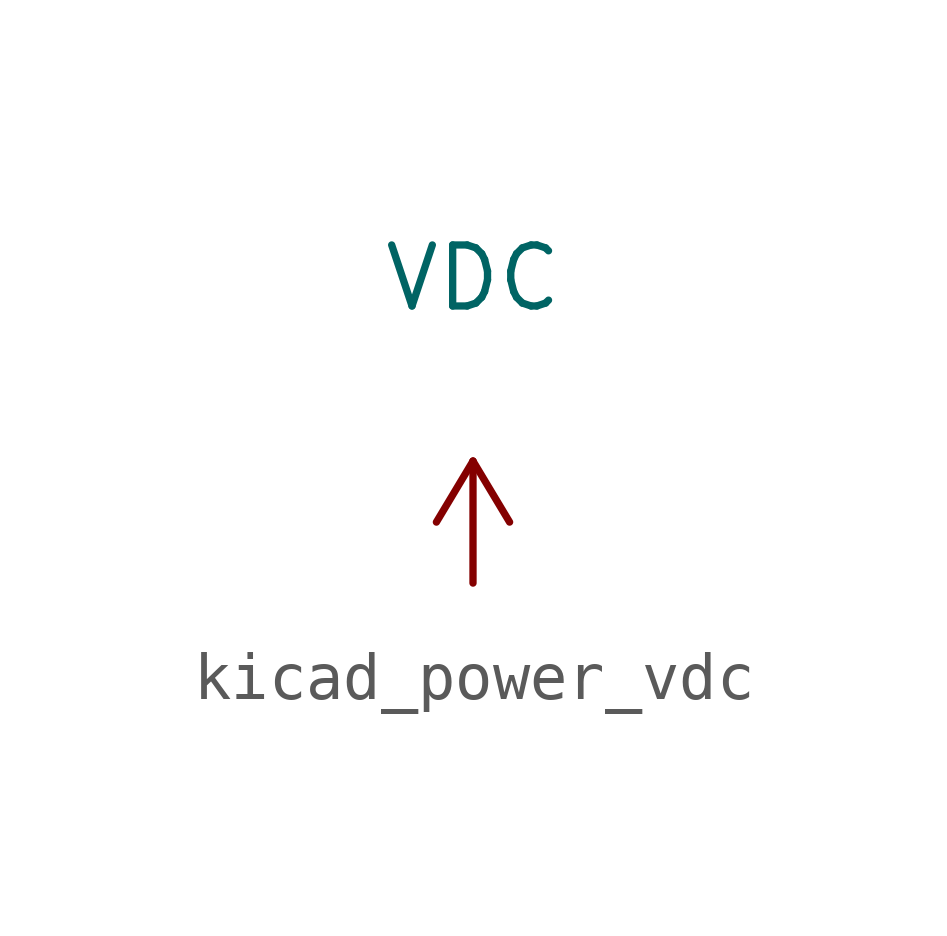
<source format=kicad_sym>
(kicad_symbol_lib
  (version 20220914)
  (generator kicad_symbol_editor)
  (symbol "kicad_power_vdc"
    (power)
    (pin_names
      (offset 0))
    (property "Reference" "#PWR"
      (at 0 -2.54 0)
      (effects (font (size 1.27 1.27)) hide))
    (property "Value" "VDC"
      (at 0 6.35 0)
      (effects (font (size 1.27 1.27))))
    (symbol "kicad_power_vdc_0_1"
      (polyline (pts (xy -0.762 1.27) (xy 0 2.54)) (stroke (width 0) (type default)) (fill (type none)))
      (polyline (pts (xy 0 0) (xy 0 2.54)) (stroke (width 0) (type default)) (fill (type none)))
      (polyline (pts (xy 0 2.54) (xy 0.762 1.27)) (stroke (width 0) (type default)) (fill (type none))))
    (symbol "kicad_power_vdc_1_1"
      (pin power_in line (at 0 0 90) (length 0) hide (name "VDC" (effects (font (size 1.27 1.27)))) (number "1" (effects (font (size 1.27 1.27))))))))
</source>
